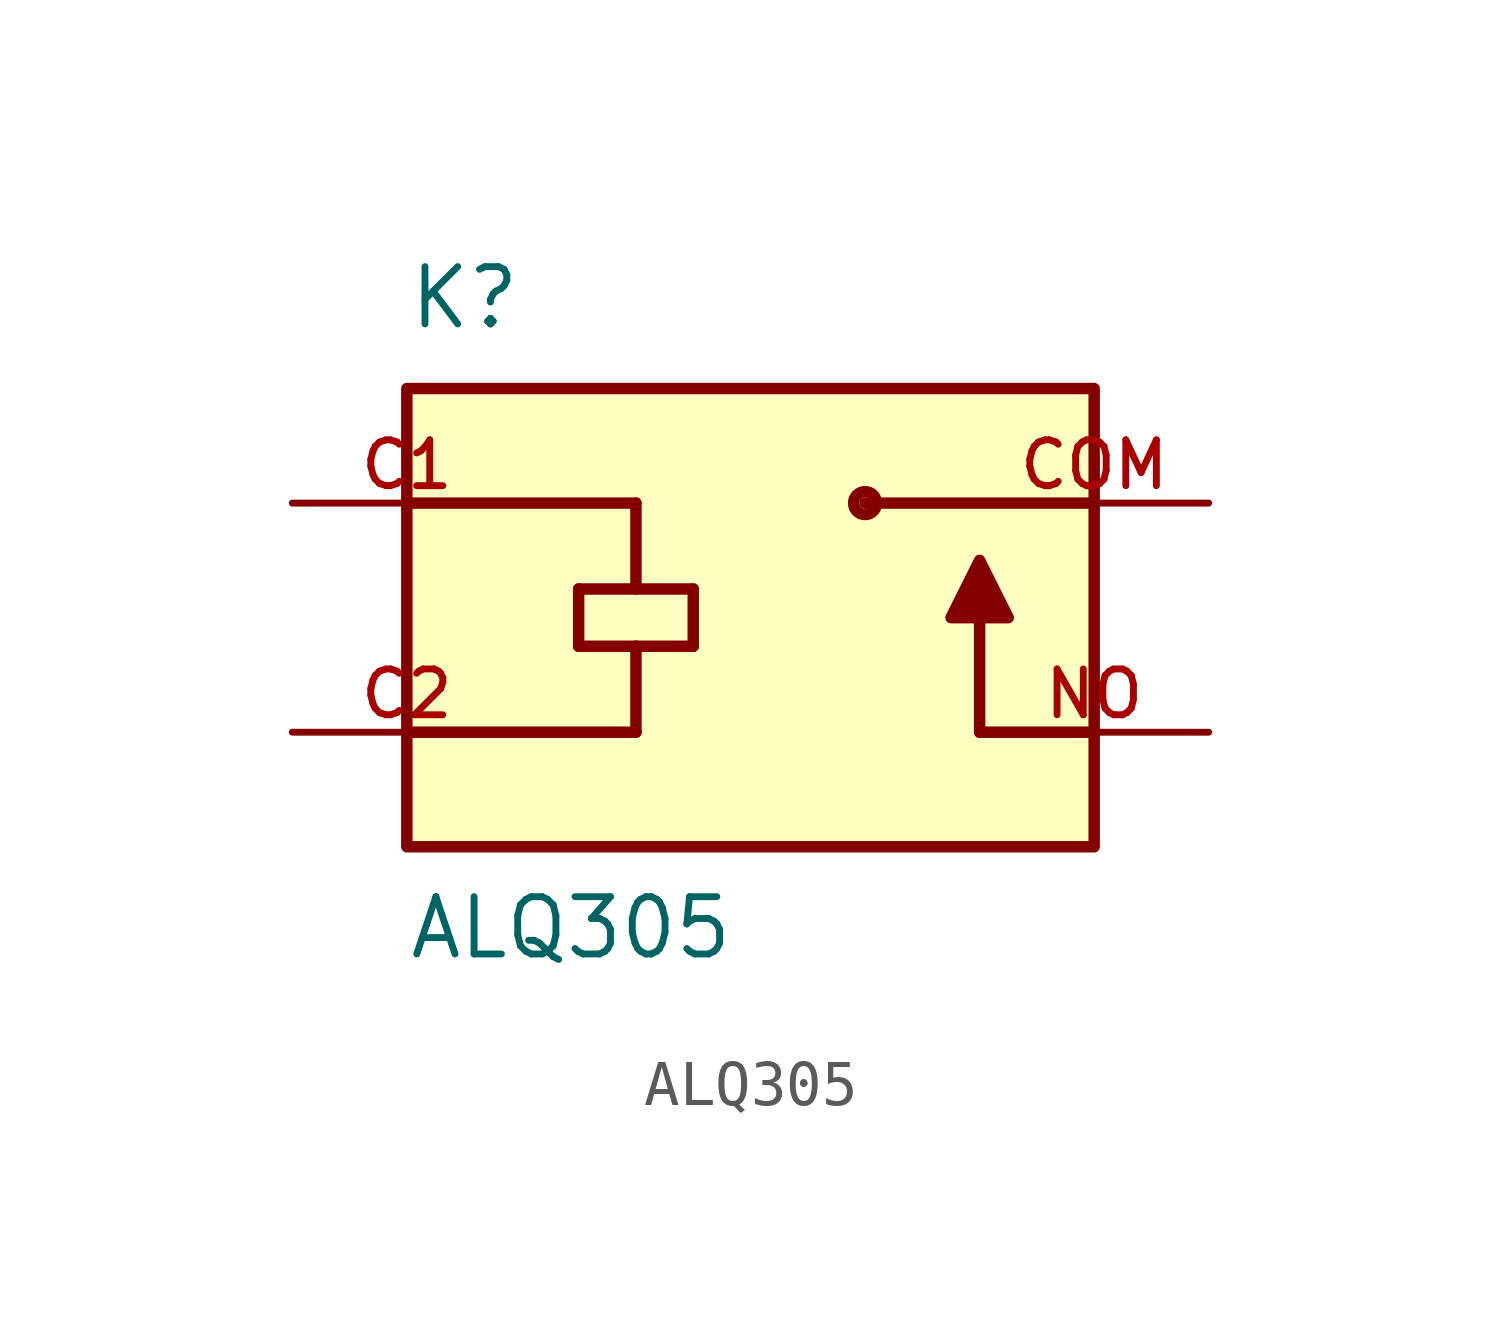
<source format=kicad_sym>
(kicad_symbol_lib
  (version 20211014)
  (generator kicad_symbol_editor)
  (symbol "ALQ305"
    (pin_names
      (offset 1.016))
    (property "Reference" "K"
      (at -7.62 6.35 0)
      (effects (font (size 1.27 1.27)) (justify bottom left)))
    (property "Value" "ALQ305"
      (at -7.62 -7.62 0)
      (effects (font (size 1.27 1.27)) (justify bottom left)))
    (symbol "ALQ305_0_0"
      (polyline (pts (xy 7.62 2.54) (xy 2.54 2.54)) (stroke (width 0.254)))
      (polyline (pts (xy 7.62 -2.54) (xy 5.08 -2.54)) (stroke (width 0.254)))
      (polyline (pts (xy 5.08 -2.54) (xy 5.08 0.0)) (stroke (width 0.254)))
      (polyline (pts (xy 4.445 0.0) (xy 5.715 0.0) (xy 5.08 1.27) (xy 4.445 0.0)) (stroke (width 0.254)) (fill (type outline)))
      (circle (center 2.54 2.54) (radius 0.254) (stroke (width 0.254)) (fill (type none)))
      (polyline (pts (xy -7.62 2.54) (xy -2.54 2.54)) (stroke (width 0.254)))
      (polyline (pts (xy -3.81 0.635) (xy -2.54 0.635)) (stroke (width 0.254)))
      (polyline (pts (xy -2.54 0.635) (xy -1.27 0.635)) (stroke (width 0.254)))
      (polyline (pts (xy -1.27 0.635) (xy -1.27 -0.635)) (stroke (width 0.254)))
      (polyline (pts (xy -1.27 -0.635) (xy -2.54 -0.635)) (stroke (width 0.254)))
      (polyline (pts (xy -2.54 -0.635) (xy -3.81 -0.635)) (stroke (width 0.254)))
      (polyline (pts (xy -3.81 -0.635) (xy -3.81 0.635)) (stroke (width 0.254)))
      (polyline (pts (xy -7.62 -2.54) (xy -2.54 -2.54)) (stroke (width 0.254)))
      (polyline (pts (xy -2.54 2.54) (xy -2.54 0.635)) (stroke (width 0.254)))
      (polyline (pts (xy -2.54 -0.635) (xy -2.54 -2.54)) (stroke (width 0.254)))
      (rectangle (start -7.62 -5.08) (end 7.62 5.08) (stroke (width 0.254)) (fill (type background)))
      (pin passive line (at 10.16 2.54 180.0) (length 5.08) (name "~" (effects (font (size 1.016 1.016)))) (number "COM" (effects (font (size 1.016 1.016)))))
      (pin passive line (at 10.16 -2.54 180.0) (length 5.08) (name "~" (effects (font (size 1.016 1.016)))) (number "NO" (effects (font (size 1.016 1.016)))))
      (pin passive line (at -10.16 2.54 0) (length 5.08) (name "~" (effects (font (size 1.016 1.016)))) (number "C1" (effects (font (size 1.016 1.016)))))
      (pin passive line (at -10.16 -2.54 0) (length 5.08) (name "~" (effects (font (size 1.016 1.016)))) (number "C2" (effects (font (size 1.016 1.016))))))))
</source>
